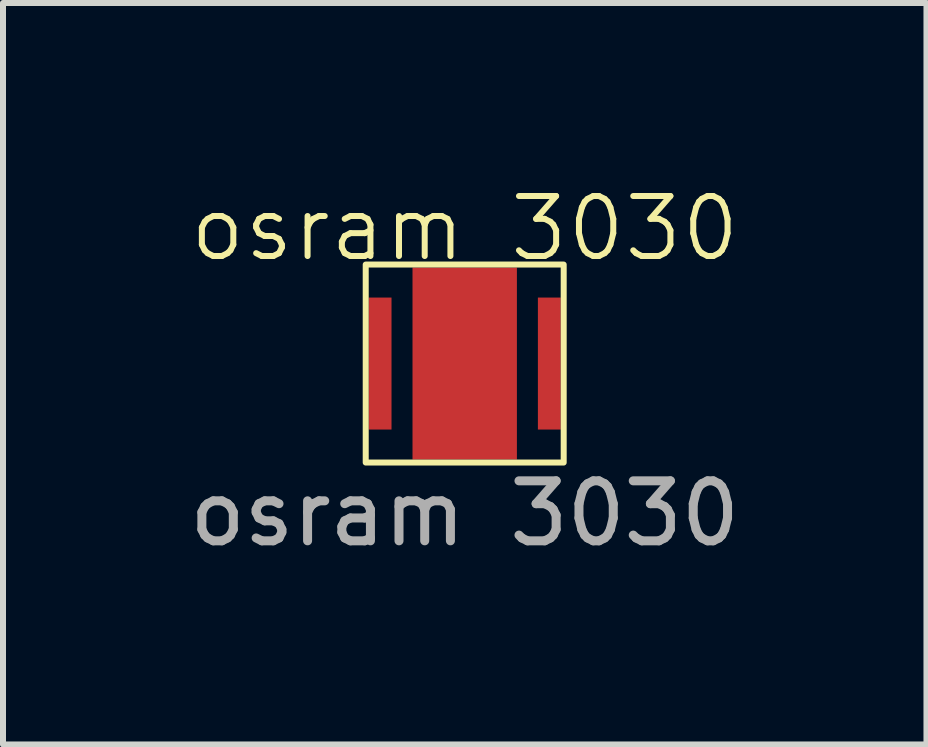
<source format=kicad_pcb>
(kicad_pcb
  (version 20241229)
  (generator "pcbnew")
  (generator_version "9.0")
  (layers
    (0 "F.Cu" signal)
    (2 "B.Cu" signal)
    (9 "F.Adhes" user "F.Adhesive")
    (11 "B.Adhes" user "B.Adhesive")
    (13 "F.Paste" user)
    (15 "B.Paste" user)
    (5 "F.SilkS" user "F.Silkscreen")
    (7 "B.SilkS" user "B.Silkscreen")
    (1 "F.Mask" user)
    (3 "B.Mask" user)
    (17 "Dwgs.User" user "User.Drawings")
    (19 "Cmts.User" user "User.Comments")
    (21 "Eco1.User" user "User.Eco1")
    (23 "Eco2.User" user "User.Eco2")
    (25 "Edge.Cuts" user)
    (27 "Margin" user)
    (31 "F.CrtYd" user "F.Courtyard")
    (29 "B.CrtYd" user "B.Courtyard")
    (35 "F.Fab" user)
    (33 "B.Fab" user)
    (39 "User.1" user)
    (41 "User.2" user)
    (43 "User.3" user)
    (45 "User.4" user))
  (footprint "osram 3030"
    (layer "F.Cu")
    (at 4.696 3.01)
    (property "Reference" "osram 3030" (at 0 -2.25 0) (unlocked yes) (layer "F.SilkS") (effects (font (size 1 1) (thickness 0.1))))
    (attr smd)
    (fp_rect (start -1.52 -1.1) (end -1.22 1.1) (stroke (width 0) (type solid)) (fill yes) (layer "F.Mask"))
    (fp_rect (start -0.87 -1.4) (end 0.87 1.4) (stroke (width 0) (type solid)) (fill yes) (layer "F.Mask"))
    (fp_rect (start 1.22 -1.1) (end 1.52 1.1) (stroke (width 0) (type solid)) (fill yes) (layer "F.Mask"))
    (fp_rect (start -1.65 -1.65) (end 1.65 1.65) (stroke (width 0.1) (type default)) (fill no) (layer "F.SilkS"))
    (fp_rect (start -1.52 -1.1) (end -1.22 1.1) (stroke (width 0) (type solid)) (fill yes) (layer "F.Paste"))
    (fp_rect (start -0.87 -1.4) (end 0.87 1.4) (stroke (width 0) (type solid)) (fill yes) (layer "F.Paste"))
    (fp_rect (start 1.22 -1.1) (end 1.52 1.1) (stroke (width 0) (type solid)) (fill yes) (layer "F.Paste"))
    (fp_text user "${REFERENCE}" (at 0 2.5 0) (unlocked yes) (layer "F.Fab") (effects (font (size 1 1) (thickness 0.15))))
    (pad "0" smd rect (at 0 0) (size 1.74 3.2) (layers "F.Cu"))
    (pad "1" smd rect (at -1.41 0) (size 0.38 2.2) (layers "F.Cu"))
    (pad "2" smd rect (at 1.41 0) (size 0.38 2.2) (layers "F.Cu")))
  (gr_rect
    (start -3 -3)
    (end 12.393 9.359)
    (stroke (width 0.1) (type default))
    (fill no)
    (layer "Edge.Cuts")))
</source>
